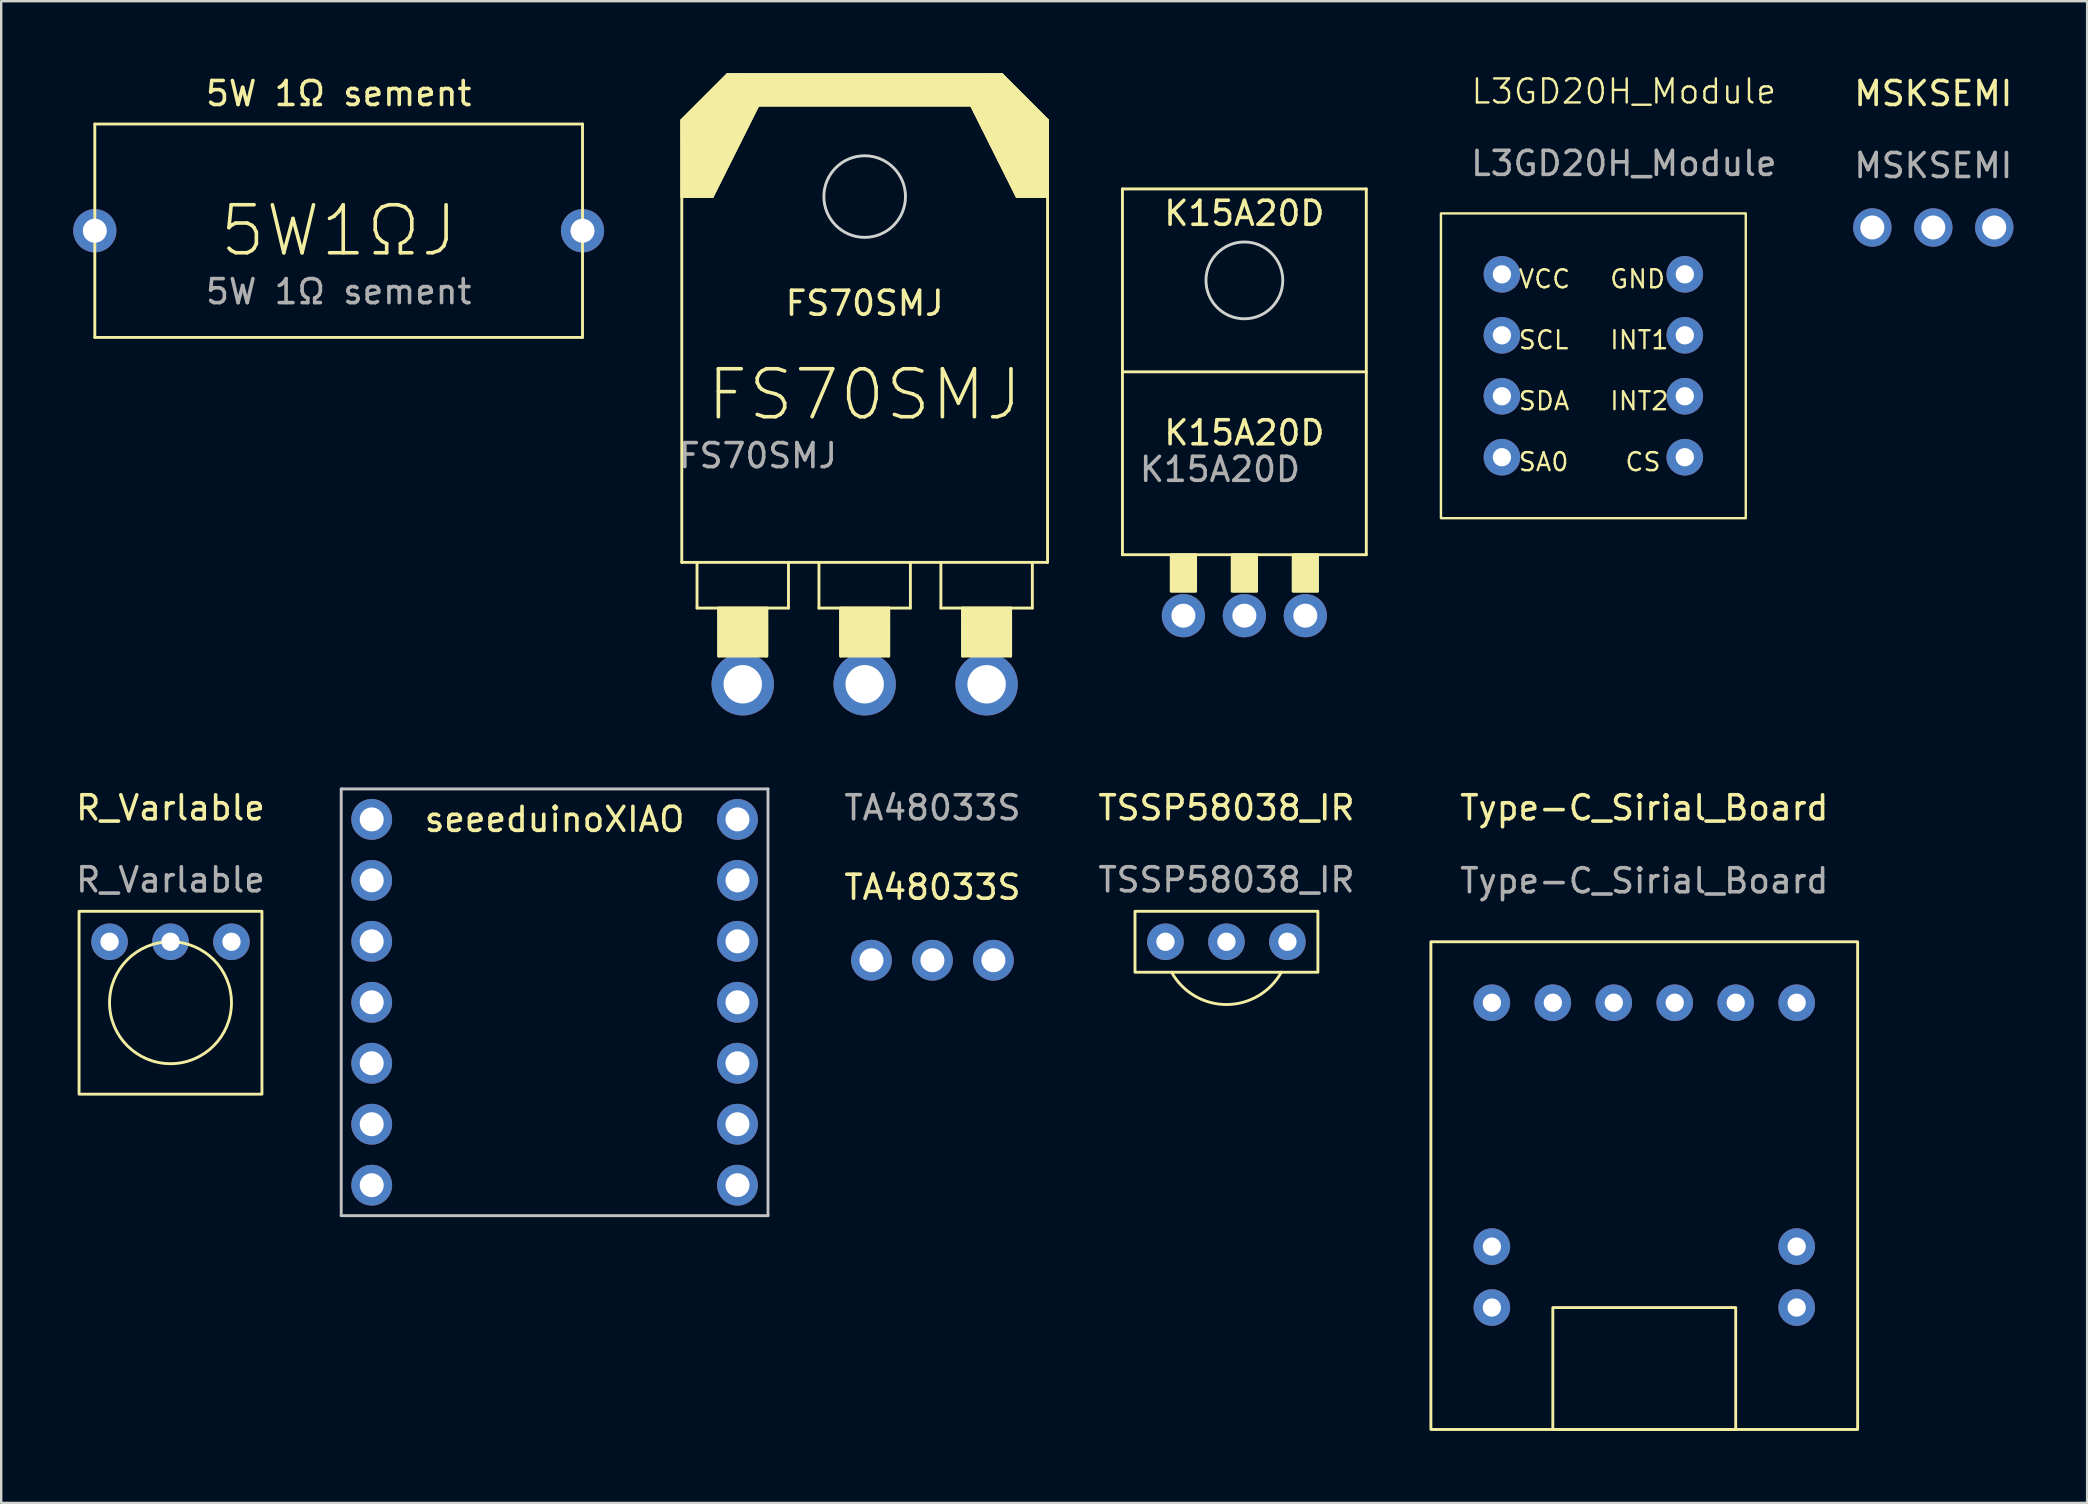
<source format=kicad_pcb>
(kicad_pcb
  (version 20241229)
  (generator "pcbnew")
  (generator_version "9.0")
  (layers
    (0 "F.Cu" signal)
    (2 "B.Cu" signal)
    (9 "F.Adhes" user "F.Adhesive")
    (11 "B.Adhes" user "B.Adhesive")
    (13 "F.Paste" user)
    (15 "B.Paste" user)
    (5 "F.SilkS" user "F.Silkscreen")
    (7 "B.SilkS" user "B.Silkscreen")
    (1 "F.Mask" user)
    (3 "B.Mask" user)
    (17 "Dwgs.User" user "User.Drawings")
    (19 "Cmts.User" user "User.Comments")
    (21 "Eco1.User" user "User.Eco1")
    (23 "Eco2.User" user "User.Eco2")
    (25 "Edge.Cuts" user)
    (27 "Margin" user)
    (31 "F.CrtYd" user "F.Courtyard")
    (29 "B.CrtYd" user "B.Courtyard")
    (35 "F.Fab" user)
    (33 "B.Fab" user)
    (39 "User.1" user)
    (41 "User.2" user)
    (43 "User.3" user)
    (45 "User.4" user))
  (footprint "MSKSEMI"
    (layer "F.Cu")
    (at 77.499 1.348)
    (property "Reference" "MSKSEMI" (at 0 -0.5 0) (unlocked yes) (layer "F.SilkS") (effects (font (size 1 1) (thickness 0.15))))
    (attr through_hole)
    (fp_text user "${REFERENCE}" (at 0 2.5 0) (unlocked yes) (layer "F.Fab") (effects (font (size 1 1) (thickness 0.15))))
    (pad "1" thru_hole circle (at -2.54 5.08) (size 1.6 1.6) (drill 1) (layers "*.Cu" "*.Mask"))
    (pad "2" thru_hole circle (at 0 5.08) (size 1.6 1.6) (drill 1) (layers "*.Cu" "*.Mask"))
    (pad "3" thru_hole circle (at 2.54 5.08) (size 1.6 1.6) (drill 1) (layers "*.Cu" "*.Mask")))
  (footprint "L3GD20H_Module"
    (layer "F.Cu")
    (at 64.606 13.46)
    (property "Reference" "L3GD20H_Module" (at 0 -12.7 0) (unlocked yes) (layer "F.SilkS") (effects (font (size 1 1) (thickness 0.1))))
    (attr through_hole)
    (fp_rect (start -7.62 5.08) (end 5.08 -7.62) (stroke (width 0.1) (type default)) (fill no) (layer "F.SilkS"))
    (fp_text user "INT2" (at -0.635 0.635 0) (unlocked yes) (layer "F.SilkS") (effects (font (size 0.75 0.75) (thickness 0.1)) (justify left bottom)))
    (fp_text user "SDA" (at -4.445 0.635 0) (unlocked yes) (layer "F.SilkS") (effects (font (size 0.75 0.75) (thickness 0.1)) (justify left bottom)))
    (fp_text user "INT1" (at -0.635 -1.905 0) (unlocked yes) (layer "F.SilkS") (effects (font (size 0.75 0.75) (thickness 0.1)) (justify left bottom)))
    (fp_text user "SA0" (at -4.445 3.175 0) (unlocked yes) (layer "F.SilkS") (effects (font (size 0.75 0.75) (thickness 0.1)) (justify left bottom)))
    (fp_text user "VCC" (at -4.445 -4.445 0) (unlocked yes) (layer "F.SilkS") (effects (font (size 0.75 0.75) (thickness 0.1)) (justify left bottom)))
    (fp_text user "CS" (at 0 3.175 0) (unlocked yes) (layer "F.SilkS") (effects (font (size 0.75 0.75) (thickness 0.1)) (justify left bottom)))
    (fp_text user "GND" (at -0.635 -4.445 0) (unlocked yes) (layer "F.SilkS") (effects (font (size 0.75 0.75) (thickness 0.1)) (justify left bottom)))
    (fp_text user "SCL" (at -4.445 -1.905 0) (unlocked yes) (layer "F.SilkS") (effects (font (size 0.75 0.75) (thickness 0.1)) (justify left bottom)))
    (fp_text user "${REFERENCE}" (at 0 -9.7 0) (unlocked yes) (layer "F.Fab") (effects (font (size 1 1) (thickness 0.15))))
    (pad "1" thru_hole circle (at -5.08 -5.08) (size 1.524 1.524) (drill 0.762) (layers "*.Cu" "*.Mask"))
    (pad "2" thru_hole circle (at -5.08 -2.54) (size 1.524 1.524) (drill 0.762) (layers "*.Cu" "*.Mask"))
    (pad "3" thru_hole circle (at -5.08 0) (size 1.524 1.524) (drill 0.762) (layers "*.Cu" "*.Mask"))
    (pad "4" thru_hole circle (at -5.08 2.54) (size 1.524 1.524) (drill 0.762) (layers "*.Cu" "*.Mask"))
    (pad "5" thru_hole circle (at 2.54 -5.08) (size 1.524 1.524) (drill 0.762) (layers "*.Cu" "*.Mask"))
    (pad "6" thru_hole circle (at 2.54 -2.54) (size 1.524 1.524) (drill 0.762) (layers "*.Cu" "*.Mask"))
    (pad "7" thru_hole circle (at 2.54 0) (size 1.524 1.524) (drill 0.762) (layers "*.Cu" "*.Mask"))
    (pad "8" thru_hole circle (at 2.54 2.54) (size 1.524 1.524) (drill 0.762) (layers "*.Cu" "*.Mask")))
  (footprint "5W 1Ω sement"
    (layer "F.Cu")
    (at 11.06 1.483)
    (property "Reference" "5W 1Ω sement" (at 0 -0.635 0) (unlocked yes) (layer "F.SilkS") (effects (font (size 1 1) (thickness 0.15))))
    (attr through_hole)
    (fp_line (start -10.16 9.525) (end -10.16 0.635) (stroke (width 0.12) (type solid)) (layer "F.SilkS"))
    (fp_line (start -10.16 9.525) (end 10.16 9.525) (stroke (width 0.12) (type solid)) (layer "F.SilkS"))
    (fp_line (start 10.16 0.635) (end -10.16 0.635) (stroke (width 0.12) (type solid)) (layer "F.SilkS"))
    (fp_line (start 10.16 9.525) (end 10.16 0.635) (stroke (width 0.12) (type solid)) (layer "F.SilkS"))
    (fp_text user "5W1ΩJ" (at 0 5.08 0) (unlocked yes) (layer "F.SilkS") (effects (font (size 2 2) (thickness 0.15))))
    (fp_text user "${REFERENCE}" (at 0 7.62 0) (unlocked yes) (layer "F.Fab") (effects (font (size 1 1) (thickness 0.15))))
    (pad "1" thru_hole circle (at 10.16 5.08 180) (size 1.8 1.8) (drill 1) (layers "*.Cu" "*.Mask"))
    (pad "2" thru_hole circle (at -10.16 5.08 180) (size 1.8 1.8) (drill 1) (layers "*.Cu" "*.Mask")))
  (footprint "Type-C_Sirial_Board"
    (layer "F.Cu")
    (at 65.457 31.108)
    (property "Reference" "Type-C_Sirial_Board" (at 0 -0.5 0) (unlocked yes) (layer "F.SilkS") (effects (font (size 1 1) (thickness 0.15))))
    (attr through_hole)
    (fp_rect (start -8.89 5.08) (end 8.89 25.4) (stroke (width 0.12) (type solid)) (fill no) (layer "F.SilkS"))
    (fp_rect (start -3.81 20.32) (end 3.81 25.4) (stroke (width 0.12) (type solid)) (fill no) (layer "F.SilkS"))
    (fp_text user "${REFERENCE}" (at 0 2.54 0) (unlocked yes) (layer "F.Fab") (effects (font (size 1 1) (thickness 0.15))))
    (pad "1" thru_hole circle (at -6.35 7.62) (size 1.524 1.524) (drill 0.762) (layers "*.Cu" "*.Mask"))
    (pad "2" thru_hole circle (at -3.81 7.62) (size 1.524 1.524) (drill 0.762) (layers "*.Cu" "*.Mask"))
    (pad "3" thru_hole circle (at -1.27 7.62) (size 1.524 1.524) (drill 0.762) (layers "*.Cu" "*.Mask"))
    (pad "4" thru_hole circle (at 1.27 7.62) (size 1.524 1.524) (drill 0.762) (layers "*.Cu" "*.Mask"))
    (pad "5" thru_hole circle (at 3.81 7.62) (size 1.524 1.524) (drill 0.762) (layers "*.Cu" "*.Mask"))
    (pad "6" thru_hole circle (at 6.35 7.62) (size 1.524 1.524) (drill 0.762) (layers "*.Cu" "*.Mask"))
    (pad "7" thru_hole circle (at -6.35 17.78) (size 1.524 1.524) (drill 0.762) (layers "*.Cu" "*.Mask"))
    (pad "8" thru_hole circle (at -6.35 20.32) (size 1.524 1.524) (drill 0.762) (layers "*.Cu" "*.Mask"))
    (pad "9" thru_hole circle (at 6.35 17.78) (size 1.524 1.524) (drill 0.762) (layers "*.Cu" "*.Mask"))
    (pad "10" thru_hole circle (at 6.35 20.32) (size 1.524 1.524) (drill 0.762) (layers "*.Cu" "*.Mask")))
  (footprint "TSSP58038_IR"
    (layer "F.Cu")
    (at 48.049 31.108)
    (property "Reference" "TSSP58038_IR" (at 0 -0.5 0) (unlocked yes) (layer "F.SilkS") (effects (font (size 1 1) (thickness 0.15))))
    (attr through_hole)
    (fp_rect (start -3.81 3.81) (end 3.81 6.35) (stroke (width 0.12) (type solid)) (fill no) (layer "F.SilkS"))
    (fp_arc (start 2.286 6.35) (mid 0 7.69509) (end -2.286 6.35) (stroke (width 0.12) (type solid)) (layer "F.SilkS"))
    (fp_text user "${REFERENCE}" (at 0 2.5 0) (unlocked yes) (layer "F.Fab") (effects (font (size 1 1) (thickness 0.15))))
    (pad "0" thru_hole circle (at -2.54 5.08) (size 1.524 1.524) (drill 0.762) (layers "*.Cu" "*.Mask"))
    (pad "1" thru_hole circle (at 0 5.08) (size 1.524 1.524) (drill 0.762) (layers "*.Cu" "*.Mask"))
    (pad "2" thru_hole circle (at 2.54 5.08) (size 1.524 1.524) (drill 0.762) (layers "*.Cu" "*.Mask")))
  (footprint "TA48033S"
    (layer "F.Cu")
    (at 35.799 34.418)
    (property "Reference" "TA48033S" (at 0 -0.5 0) (unlocked yes) (layer "F.SilkS") (effects (font (size 1 1) (thickness 0.15))))
    (attr through_hole)
    (fp_text user "${REFERENCE}" (at 0 -3.81 0) (unlocked yes) (layer "F.Fab") (effects (font (size 1 1) (thickness 0.15))))
    (pad "1" thru_hole circle (at -2.54 2.54) (size 1.7 1.7) (drill 1) (layers "*.Cu" "*.Mask"))
    (pad "2" thru_hole circle (at 2.54 2.54) (size 1.7 1.7) (drill 1) (layers "*.Cu" "*.Mask"))
    (pad "3" thru_hole circle (at 0 2.54) (size 1.7 1.7) (drill 1) (layers "*.Cu" "*.Mask")))
  (footprint "FS70SMJ"
    (layer "F.Cu")
    (at 32.976 1.33)
    (property "Reference" "FS70SMJ" (at 0 8.255 0) (unlocked yes) (layer "F.SilkS") (effects (font (size 1 1) (thickness 0.15))))
    (attr through_hole)
    (fp_line (start -7.62 0.635) (end -7.62 1.27) (stroke (width 0.12) (type solid)) (layer "F.SilkS"))
    (fp_line (start -7.62 1.27) (end -7.62 19.05) (stroke (width 0.12) (type solid)) (layer "F.SilkS"))
    (fp_line (start -7.62 3.81) (end -6.35 3.81) (stroke (width 0.12) (type solid)) (layer "F.SilkS"))
    (fp_line (start -7.62 19.05) (end 7.62 19.05) (stroke (width 0.12) (type solid)) (layer "F.SilkS"))
    (fp_line (start -6.985 20.955) (end -6.985 19.05) (stroke (width 0.12) (type solid)) (layer "F.SilkS"))
    (fp_line (start -6.08 21.955) (end -6.08 20.955) (stroke (width 0.12) (type solid)) (layer "F.SilkS"))
    (fp_line (start -6.08 22.955) (end -6.08 21.955) (stroke (width 0.12) (type solid)) (layer "F.SilkS"))
    (fp_line (start -5.715 -1.27) (end -7.62 0.635) (stroke (width 0.12) (type solid)) (layer "F.SilkS"))
    (fp_line (start -5.715 -1.27) (end -5.08 -1.27) (stroke (width 0.12) (type solid)) (layer "F.SilkS"))
    (fp_line (start -4.445 0) (end -6.35 3.81) (stroke (width 0.12) (type solid)) (layer "F.SilkS"))
    (fp_line (start -4.08 21.955) (end -4.08 20.955) (stroke (width 0.12) (type solid)) (layer "F.SilkS"))
    (fp_line (start -4.08 22.955) (end -4.08 21.955) (stroke (width 0.12) (type solid)) (layer "F.SilkS"))
    (fp_line (start -3.175 19.05) (end -3.175 20.955) (stroke (width 0.12) (type solid)) (layer "F.SilkS"))
    (fp_line (start -3.175 20.955) (end -6.985 20.955) (stroke (width 0.12) (type solid)) (layer "F.SilkS"))
    (fp_line (start -1.905 20.955) (end -1.905 19.05) (stroke (width 0.12) (type solid)) (layer "F.SilkS"))
    (fp_line (start -1 21.955) (end -1 20.955) (stroke (width 0.12) (type solid)) (layer "F.SilkS"))
    (fp_line (start -1 22.955) (end -1 21.955) (stroke (width 0.12) (type solid)) (layer "F.SilkS"))
    (fp_line (start 1 21.955) (end 1 20.955) (stroke (width 0.12) (type solid)) (layer "F.SilkS"))
    (fp_line (start 1 22.955) (end 1 21.955) (stroke (width 0.12) (type solid)) (layer "F.SilkS"))
    (fp_line (start 1.905 19.05) (end 1.905 20.955) (stroke (width 0.12) (type solid)) (layer "F.SilkS"))
    (fp_line (start 1.905 20.955) (end -1.905 20.955) (stroke (width 0.12) (type solid)) (layer "F.SilkS"))
    (fp_line (start 3.175 20.955) (end 3.175 19.05) (stroke (width 0.12) (type solid)) (layer "F.SilkS"))
    (fp_line (start 4.08 21.955) (end 4.08 20.955) (stroke (width 0.12) (type solid)) (layer "F.SilkS"))
    (fp_line (start 4.08 22.955) (end 4.08 21.955) (stroke (width 0.12) (type solid)) (layer "F.SilkS"))
    (fp_line (start 4.445 0) (end -4.445 0) (stroke (width 0.12) (type solid)) (layer "F.SilkS"))
    (fp_line (start 5.08 -1.27) (end -5.08 -1.27) (stroke (width 0.12) (type solid)) (layer "F.SilkS"))
    (fp_line (start 5.08 -1.27) (end 5.715 -1.27) (stroke (width 0.12) (type solid)) (layer "F.SilkS"))
    (fp_line (start 5.715 -1.27) (end 7.62 0.635) (stroke (width 0.12) (type solid)) (layer "F.SilkS"))
    (fp_line (start 6.08 21.955) (end 6.08 20.955) (stroke (width 0.12) (type solid)) (layer "F.SilkS"))
    (fp_line (start 6.08 22.955) (end 6.08 21.955) (stroke (width 0.12) (type solid)) (layer "F.SilkS"))
    (fp_line (start 6.35 3.81) (end 4.445 0) (stroke (width 0.12) (type solid)) (layer "F.SilkS"))
    (fp_line (start 6.985 19.05) (end 6.985 20.955) (stroke (width 0.12) (type solid)) (layer "F.SilkS"))
    (fp_line (start 6.985 20.955) (end 3.175 20.955) (stroke (width 0.12) (type solid)) (layer "F.SilkS"))
    (fp_line (start 7.62 0.635) (end 7.62 1.27) (stroke (width 0.12) (type solid)) (layer "F.SilkS"))
    (fp_line (start 7.62 3.81) (end 6.35 3.81) (stroke (width 0.12) (type solid)) (layer "F.SilkS"))
    (fp_line (start 7.62 19.05) (end 7.62 1.27) (stroke (width 0.12) (type solid)) (layer "F.SilkS"))
    (fp_poly (pts (xy -4.08 22.955) (xy -6.08 22.955) (xy -6.08 20.955) (xy -4.08 20.955)) (stroke (width 0.12) (type solid)) (fill yes) (layer "F.SilkS"))
    (fp_poly (pts (xy 1 22.955) (xy -1 22.955) (xy -1 20.955) (xy 1 20.955)) (stroke (width 0.12) (type solid)) (fill yes) (layer "F.SilkS"))
    (fp_poly (pts (xy 6.08 22.955) (xy 4.08 22.955) (xy 4.08 20.955) (xy 6.08 20.955)) (stroke (width 0.12) (type solid)) (fill yes) (layer "F.SilkS"))
    (fp_poly (pts (xy 7.62 0.635) (xy 7.62 3.81) (xy 6.35 3.81) (xy 4.445 0) (xy 5.715 -1.27)) (stroke (width 0.12) (type solid)) (fill yes) (layer "F.SilkS"))
    (fp_poly (pts (xy 4.445 0) (xy -4.445 0) (xy -6.35 3.81) (xy -7.62 3.81) (xy -7.62 0.635) (xy -5.715 -1.27) (xy 5.715 -1.27)) (stroke (width 0.12) (type solid)) (fill yes) (layer "F.SilkS"))
    (fp_circle (center 0 3.81) (end -1.7 3.81) (stroke (width 0.12) (type solid)) (fill no) (layer "Edge.Cuts"))
    (fp_text user "FS70SMJ" (at 0 12.065 0) (unlocked yes) (layer "F.SilkS") (effects (font (size 2 2) (thickness 0.15))))
    (fp_text user "${REFERENCE}" (at -4.445 14.605 0) (unlocked yes) (layer "F.Fab") (effects (font (size 1 1) (thickness 0.15))))
    (pad "1" thru_hole circle (at -5.08 24.13 180) (size 2.6 2.6) (drill 1.6) (layers "*.Cu" "*.Mask"))
    (pad "2" thru_hole circle (at 0 24.13 180) (size 2.6 2.6) (drill 1.6) (layers "*.Cu" "*.Mask"))
    (pad "3" thru_hole circle (at 5.08 24.13 180) (size 2.6 2.6) (drill 1.6) (layers "*.Cu" "*.Mask")))
  (footprint "R_Varlable"
    (layer "F.Cu")
    (at 4.054 31.108)
    (property "Reference" "R_Varlable" (at 0 -0.5 0) (unlocked yes) (layer "F.SilkS") (effects (font (size 1 1) (thickness 0.15))))
    (attr through_hole)
    (fp_rect (start -3.81 11.43) (end 3.81 3.81) (stroke (width 0.12) (type solid)) (fill no) (layer "F.SilkS"))
    (fp_circle (center 0 7.62) (end 2.54 7.62) (stroke (width 0.12) (type solid)) (fill no) (layer "F.SilkS"))
    (fp_text user "${REFERENCE}" (at 0 2.5 0) (unlocked yes) (layer "F.Fab") (effects (font (size 1 1) (thickness 0.15))))
    (pad "1" thru_hole circle (at 2.54 5.08) (size 1.524 1.524) (drill 0.762) (layers "*.Cu" "*.Mask"))
    (pad "2" thru_hole circle (at 0 5.08) (size 1.524 1.524) (drill 0.762) (layers "*.Cu" "*.Mask"))
    (pad "3" thru_hole circle (at -2.54 5.08) (size 1.524 1.524) (drill 0.762) (layers "*.Cu" "*.Mask")))
  (footprint "K15A20D"
    (layer "F.Cu")
    (at 48.796 0.25)
    (property "Reference" "K15A20D" (at 0 5.588 0) (unlocked yes) (layer "F.SilkS") (effects (font (size 1 1) (thickness 0.15))))
    (attr through_hole)
    (fp_line (start -5.08 4.572) (end 5.08 4.572) (stroke (width 0.12) (type solid)) (layer "F.SilkS"))
    (fp_line (start -5.08 12.192) (end 5.08 12.192) (stroke (width 0.12) (type solid)) (layer "F.SilkS"))
    (fp_line (start -5.08 19.812) (end -5.08 4.572) (stroke (width 0.12) (type solid)) (layer "F.SilkS"))
    (fp_line (start 5.08 4.572) (end 5.08 19.812) (stroke (width 0.12) (type solid)) (layer "F.SilkS"))
    (fp_line (start 5.08 19.812) (end -5.08 19.812) (stroke (width 0.12) (type solid)) (layer "F.SilkS"))
    (fp_poly (pts (xy -3.048 19.812) (xy -2.032 19.812) (xy -2.032 21.336) (xy -3.048 21.336)) (stroke (width 0.12) (type solid)) (fill yes) (layer "F.SilkS"))
    (fp_poly (pts (xy -0.508 19.812) (xy 0.508 19.812) (xy 0.508 21.336) (xy -0.508 21.336)) (stroke (width 0.12) (type solid)) (fill yes) (layer "F.SilkS"))
    (fp_poly (pts (xy 2.032 19.812) (xy 3.048 19.812) (xy 3.048 21.336) (xy 2.032 21.336)) (stroke (width 0.12) (type solid)) (fill yes) (layer "F.SilkS"))
    (fp_circle (center 0 8.382) (end -1.6 8.382) (stroke (width 0.12) (type solid)) (fill no) (layer "Edge.Cuts"))
    (fp_text user "K15A20D" (at 0 14.732 0) (unlocked yes) (layer "F.SilkS") (effects (font (size 1 1) (thickness 0.15))))
    (fp_text user "${REFERENCE}" (at -1.016 16.256 0) (unlocked yes) (layer "F.Fab") (effects (font (size 1 1) (thickness 0.15))))
    (pad "1" thru_hole circle (at -2.54 22.352 180) (size 1.8 1.8) (drill 1) (layers "*.Cu" "*.Mask"))
    (pad "2" thru_hole circle (at 0 22.352 180) (size 1.8 1.8) (drill 1) (layers "*.Cu" "*.Mask"))
    (pad "3" thru_hole circle (at 2.54 22.352 180) (size 1.8 1.8) (drill 1) (layers "*.Cu" "*.Mask")))
  (footprint "seeeduinoXIAO"
    (layer "F.Cu")
    (at 20.057 38.71)
    (property "Reference" "seeeduinoXIAO" (at 0 -7.62 180) (layer "F.SilkS") (effects (font (size 1 1) (thickness 0.15))))
    (attr through_hole)
    (fp_line (start -8.89 -8.89) (end 8.89 -8.89) (stroke (width 0.12) (type solid)) (layer "Dwgs.User"))
    (fp_line (start -8.89 8.89) (end -8.89 -8.89) (stroke (width 0.12) (type solid)) (layer "Dwgs.User"))
    (fp_line (start 8.89 -8.89) (end 8.89 8.89) (stroke (width 0.12) (type solid)) (layer "Dwgs.User"))
    (fp_line (start 8.89 8.89) (end -8.89 8.89) (stroke (width 0.12) (type solid)) (layer "Dwgs.User"))
    (pad "1" thru_hole circle (at 7.62 7.62) (size 1.7 1.7) (drill 1) (layers "*.Cu" "*.Mask"))
    (pad "2" thru_hole circle (at 7.62 5.08) (size 1.7 1.7) (drill 1) (layers "*.Cu" "*.Mask"))
    (pad "3" thru_hole circle (at 7.62 2.54) (size 1.7 1.7) (drill 1) (layers "*.Cu" "*.Mask"))
    (pad "4" thru_hole circle (at 7.62 0) (size 1.7 1.7) (drill 1) (layers "*.Cu" "*.Mask"))
    (pad "5" thru_hole circle (at 7.62 -2.54) (size 1.7 1.7) (drill 1) (layers "*.Cu" "*.Mask"))
    (pad "6" thru_hole circle (at 7.62 -5.08) (size 1.7 1.7) (drill 1) (layers "*.Cu" "*.Mask"))
    (pad "7" thru_hole circle (at 7.62 -7.62) (size 1.7 1.7) (drill 1) (layers "*.Cu" "*.Mask"))
    (pad "8" thru_hole circle (at -7.62 -7.62) (size 1.7 1.7) (drill 1) (layers "*.Cu" "*.Mask"))
    (pad "9" thru_hole circle (at -7.62 -5.08) (size 1.7 1.7) (drill 1) (layers "*.Cu" "*.Mask"))
    (pad "10" thru_hole circle (at -7.62 -2.54) (size 1.7 1.7) (drill 1) (layers "*.Cu" "*.Mask"))
    (pad "11" thru_hole circle (at -7.62 0) (size 1.7 1.7) (drill 1) (layers "*.Cu" "*.Mask"))
    (pad "12" thru_hole circle (at -7.62 2.54) (size 1.7 1.7) (drill 1) (layers "*.Cu" "*.Mask"))
    (pad "13" thru_hole circle (at -7.62 5.08) (size 1.7 1.7) (drill 1) (layers "*.Cu" "*.Mask"))
    (pad "14" thru_hole circle (at -7.62 7.62) (size 1.7 1.7) (drill 1) (layers "*.Cu" "*.Mask")))
  (gr_rect
    (start -3 -3)
    (end 83.909 59.568)
    (stroke (width 0.1) (type default))
    (fill no)
    (layer "Edge.Cuts")))
</source>
